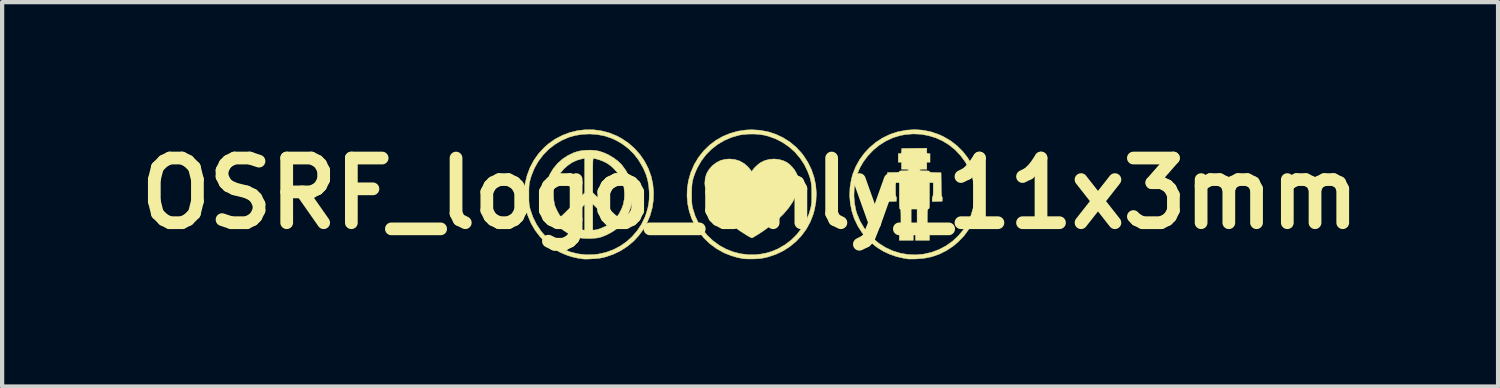
<source format=kicad_pcb>
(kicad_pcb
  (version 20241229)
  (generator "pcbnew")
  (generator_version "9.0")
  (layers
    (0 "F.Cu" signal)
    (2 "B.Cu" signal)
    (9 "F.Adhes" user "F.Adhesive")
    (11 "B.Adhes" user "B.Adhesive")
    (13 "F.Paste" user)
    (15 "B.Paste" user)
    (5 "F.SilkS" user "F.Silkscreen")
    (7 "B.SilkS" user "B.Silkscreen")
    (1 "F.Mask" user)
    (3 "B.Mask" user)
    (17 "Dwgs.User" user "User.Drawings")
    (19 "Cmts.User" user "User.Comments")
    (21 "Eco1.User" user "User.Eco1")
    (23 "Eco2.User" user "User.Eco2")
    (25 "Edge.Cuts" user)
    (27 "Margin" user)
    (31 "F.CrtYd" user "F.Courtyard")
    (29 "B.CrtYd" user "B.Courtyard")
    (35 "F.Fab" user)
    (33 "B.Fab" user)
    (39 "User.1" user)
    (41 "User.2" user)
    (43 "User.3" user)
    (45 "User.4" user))
  (footprint "OSRF_logo_only_11x3mm"
    (layer "F.Cu")
    (at 14.63 1.51)
    (property "Reference" "OSRF_logo_only_11x3mm" (at 0 0 0) (layer "F.SilkS") (effects (font (size 1.524 1.524) (thickness 0.3))))
    (attr through_hole)
    (fp_poly (pts (xy -0.359 -0.801) (xy -0.245 -0.765) (xy -0.141 -0.707) (xy -0.048 -0.626) (xy 0.017 -0.546) (xy 0.033 -0.525) (xy 0.043 -0.524) (xy 0.054 -0.54) (xy 0.081 -0.577) (xy 0.122 -0.622) (xy 0.171 -0.668) (xy 0.219 -0.708) (xy 0.243 -0.725) (xy 0.343 -0.775) (xy 0.454 -0.804) (xy 0.569 -0.813) (xy 0.685 -0.801) (xy 0.795 -0.768) (xy 0.866 -0.733) (xy 0.93 -0.686) (xy 0.994 -0.622) (xy 1.051 -0.55) (xy 1.094 -0.476) (xy 1.095 -0.473) (xy 1.118 -0.42) (xy 1.131 -0.372) (xy 1.138 -0.316) (xy 1.141 -0.279) (xy 1.141 -0.183) (xy 1.129 -0.096) (xy 1.104 -0.009) (xy 1.074 0.066) (xy 1.002 0.204) (xy 0.907 0.343) (xy 0.788 0.482) (xy 0.649 0.619) (xy 0.491 0.753) (xy 0.314 0.882) (xy 0.191 0.963) (xy 0.139 0.994) (xy 0.095 1.021) (xy 0.063 1.04) (xy 0.047 1.048) (xy 0.031 1.044) (xy -0.002 1.028) (xy -0.046 1.004) (xy -0.099 0.972) (xy -0.105 0.968) (xy -0.238 0.882) (xy -0.353 0.801) (xy -0.457 0.72) (xy -0.555 0.635) (xy -0.648 0.546) (xy -0.777 0.408) (xy -0.882 0.274) (xy -0.963 0.143) (xy -1.02 0.014) (xy -1.055 -0.113) (xy -1.067 -0.239) (xy -1.067 -0.244) (xy -1.057 -0.36) (xy -1.027 -0.463) (xy -0.974 -0.557) (xy -0.898 -0.645) (xy -0.887 -0.656) (xy -0.794 -0.728) (xy -0.695 -0.778) (xy -0.585 -0.806) (xy -0.481 -0.813) (xy -0.359 -0.801)) (stroke (width 0.01) (type solid)) (fill yes) (layer "F.SilkS"))
    (fp_poly (pts (xy 4.071 -1.492) (xy 4.26 -1.454) (xy 4.446 -1.391) (xy 4.559 -1.339) (xy 4.725 -1.242) (xy 4.877 -1.125) (xy 5.013 -0.991) (xy 5.13 -0.841) (xy 5.227 -0.678) (xy 5.303 -0.504) (xy 5.306 -0.495) (xy 5.339 -0.394) (xy 5.363 -0.305) (xy 5.379 -0.219) (xy 5.387 -0.129) (xy 5.391 -0.025) (xy 5.391 0.013) (xy 5.389 0.122) (xy 5.384 0.214) (xy 5.373 0.297) (xy 5.355 0.379) (xy 5.33 0.467) (xy 5.32 0.497) (xy 5.25 0.675) (xy 5.157 0.842) (xy 5.043 0.998) (xy 4.91 1.137) (xy 4.79 1.239) (xy 4.627 1.347) (xy 4.459 1.431) (xy 4.284 1.491) (xy 4.1 1.528) (xy 3.918 1.543) (xy 3.852 1.545) (xy 3.794 1.545) (xy 3.75 1.545) (xy 3.724 1.544) (xy 3.721 1.544) (xy 3.7 1.539) (xy 3.661 1.533) (xy 3.613 1.525) (xy 3.607 1.524) (xy 3.452 1.488) (xy 3.294 1.433) (xy 3.141 1.362) (xy 3.009 1.282) (xy 2.938 1.228) (xy 2.859 1.159) (xy 2.779 1.082) (xy 2.706 1.004) (xy 2.645 0.93) (xy 2.642 0.927) (xy 2.54 0.768) (xy 2.458 0.598) (xy 2.399 0.418) (xy 2.362 0.232) (xy 2.348 0.061) (xy 2.449 0.061) (xy 2.463 0.234) (xy 2.496 0.402) (xy 2.52 0.48) (xy 2.591 0.649) (xy 2.685 0.81) (xy 2.8 0.959) (xy 2.892 1.055) (xy 3.036 1.176) (xy 3.193 1.275) (xy 3.361 1.352) (xy 3.537 1.407) (xy 3.719 1.439) (xy 3.905 1.447) (xy 4.093 1.43) (xy 4.101 1.428) (xy 4.282 1.386) (xy 4.456 1.321) (xy 4.62 1.234) (xy 4.772 1.126) (xy 4.908 1) (xy 5.028 0.856) (xy 5.034 0.848) (xy 5.13 0.692) (xy 5.204 0.525) (xy 5.256 0.351) (xy 5.287 0.172) (xy 5.295 -0.009) (xy 5.28 -0.19) (xy 5.243 -0.367) (xy 5.182 -0.537) (xy 5.164 -0.578) (xy 5.072 -0.745) (xy 4.961 -0.895) (xy 4.835 -1.028) (xy 4.694 -1.142) (xy 4.541 -1.237) (xy 4.377 -1.311) (xy 4.205 -1.364) (xy 4.026 -1.396) (xy 3.842 -1.404) (xy 3.655 -1.388) (xy 3.538 -1.366) (xy 3.367 -1.314) (xy 3.204 -1.238) (xy 3.05 -1.142) (xy 2.908 -1.026) (xy 2.78 -0.893) (xy 2.669 -0.745) (xy 2.586 -0.601) (xy 2.524 -0.45) (xy 2.48 -0.286) (xy 2.455 -0.114) (xy 2.449 0.061) (xy 2.348 0.061) (xy 2.347 0.043) (xy 2.356 -0.147) (xy 2.388 -0.336) (xy 2.42 -0.454) (xy 2.49 -0.629) (xy 2.581 -0.794) (xy 2.692 -0.946) (xy 2.821 -1.084) (xy 2.965 -1.205) (xy 3.123 -1.308) (xy 3.292 -1.39) (xy 3.471 -1.451) (xy 3.485 -1.454) (xy 3.683 -1.492) (xy 3.878 -1.505) (xy 4.071 -1.492)) (stroke (width 0.01) (type solid)) (fill yes) (layer "F.SilkS"))
    (fp_poly (pts (xy -3.699 -1.502) (xy -3.513 -1.478) (xy -3.331 -1.432) (xy -3.154 -1.362) (xy -3.031 -1.297) (xy -2.867 -1.187) (xy -2.721 -1.058) (xy -2.594 -0.915) (xy -2.486 -0.757) (xy -2.398 -0.587) (xy -2.333 -0.407) (xy -2.293 -0.228) (xy -2.274 -0.034) (xy -2.279 0.156) (xy -2.307 0.341) (xy -2.357 0.52) (xy -2.427 0.689) (xy -2.517 0.849) (xy -2.626 0.996) (xy -2.751 1.13) (xy -2.893 1.248) (xy -3.05 1.35) (xy -3.22 1.432) (xy -3.403 1.495) (xy -3.499 1.518) (xy -3.549 1.526) (xy -3.614 1.533) (xy -3.688 1.539) (xy -3.765 1.543) (xy -3.837 1.546) (xy -3.898 1.546) (xy -3.943 1.543) (xy -3.95 1.542) (xy -3.978 1.537) (xy -4.022 1.53) (xy -4.07 1.523) (xy -4.184 1.497) (xy -4.307 1.459) (xy -4.429 1.409) (xy -4.499 1.376) (xy -4.666 1.275) (xy -4.818 1.156) (xy -4.952 1.018) (xy -5.069 0.864) (xy -5.166 0.696) (xy -5.242 0.514) (xy -5.278 0.396) (xy -5.299 0.296) (xy -5.313 0.18) (xy -5.32 0.057) (xy -5.32 0.001) (xy -5.213 0.001) (xy -5.213 0.025) (xy -5.213 0.111) (xy -5.212 0.177) (xy -5.209 0.228) (xy -5.204 0.271) (xy -5.197 0.311) (xy -5.187 0.354) (xy -5.178 0.387) (xy -5.116 0.565) (xy -5.032 0.732) (xy -4.928 0.888) (xy -4.805 1.028) (xy -4.666 1.152) (xy -4.576 1.216) (xy -4.41 1.309) (xy -4.236 1.379) (xy -4.055 1.424) (xy -3.869 1.445) (xy -3.678 1.441) (xy -3.578 1.429) (xy -3.397 1.389) (xy -3.225 1.326) (xy -3.063 1.242) (xy -2.914 1.139) (xy -2.779 1.017) (xy -2.66 0.878) (xy -2.559 0.725) (xy -2.478 0.557) (xy -2.446 0.47) (xy -2.412 0.352) (xy -2.389 0.24) (xy -2.378 0.126) (xy -2.377 -0.001) (xy -2.378 -0.043) (xy -2.39 -0.187) (xy -2.413 -0.315) (xy -2.449 -0.439) (xy -2.502 -0.565) (xy -2.527 -0.616) (xy -2.625 -0.784) (xy -2.74 -0.933) (xy -2.873 -1.063) (xy -3.022 -1.175) (xy -3.188 -1.268) (xy -3.269 -1.303) (xy -3.432 -1.357) (xy -3.605 -1.39) (xy -3.783 -1.402) (xy -3.961 -1.394) (xy -4.133 -1.365) (xy -4.271 -1.325) (xy -4.446 -1.249) (xy -4.607 -1.152) (xy -4.753 -1.037) (xy -4.882 -0.903) (xy -4.994 -0.754) (xy -5.086 -0.59) (xy -5.157 -0.413) (xy -5.183 -0.324) (xy -5.194 -0.279) (xy -5.202 -0.238) (xy -5.208 -0.195) (xy -5.211 -0.144) (xy -5.213 -0.081) (xy -5.213 0.001) (xy -5.32 0.001) (xy -5.32 -0.065) (xy -5.312 -0.176) (xy -5.303 -0.235) (xy -5.255 -0.43) (xy -5.185 -0.614) (xy -5.093 -0.786) (xy -4.981 -0.943) (xy -4.849 -1.085) (xy -4.756 -1.167) (xy -4.598 -1.279) (xy -4.429 -1.368) (xy -4.253 -1.435) (xy -4.071 -1.48) (xy -3.886 -1.502) (xy -3.699 -1.502)) (stroke (width 0.01) (type solid)) (fill yes) (layer "F.SilkS"))
    (fp_poly (pts (xy 0.235 -1.49) (xy 0.425 -1.454) (xy 0.607 -1.395) (xy 0.779 -1.314) (xy 0.939 -1.212) (xy 1.086 -1.09) (xy 1.217 -0.948) (xy 1.252 -0.903) (xy 1.361 -0.737) (xy 1.447 -0.562) (xy 1.509 -0.38) (xy 1.548 -0.193) (xy 1.563 -0.001) (xy 1.553 0.192) (xy 1.518 0.386) (xy 1.486 0.499) (xy 1.416 0.676) (xy 1.325 0.841) (xy 1.213 0.994) (xy 1.084 1.131) (xy 0.938 1.251) (xy 0.779 1.354) (xy 0.606 1.436) (xy 0.423 1.497) (xy 0.412 1.499) (xy 0.333 1.518) (xy 0.263 1.53) (xy 0.191 1.538) (xy 0.106 1.542) (xy 0.089 1.543) (xy 0.017 1.544) (xy -0.054 1.543) (xy -0.115 1.541) (xy -0.16 1.537) (xy -0.161 1.537) (xy -0.3 1.509) (xy -0.445 1.466) (xy -0.585 1.412) (xy -0.63 1.391) (xy -0.799 1.295) (xy -0.951 1.182) (xy -1.085 1.053) (xy -1.201 0.91) (xy -1.298 0.756) (xy -1.376 0.592) (xy -1.434 0.42) (xy -1.471 0.242) (xy -1.486 0.06) (xy -1.485 0.013) (xy -1.377 0.013) (xy -1.377 0.102) (xy -1.375 0.171) (xy -1.372 0.225) (xy -1.367 0.271) (xy -1.36 0.313) (xy -1.35 0.357) (xy -1.292 0.537) (xy -1.213 0.704) (xy -1.115 0.858) (xy -1.001 0.996) (xy -0.87 1.118) (xy -0.727 1.223) (xy -0.571 1.309) (xy -0.405 1.375) (xy -0.232 1.42) (xy -0.051 1.443) (xy 0.134 1.443) (xy 0.254 1.429) (xy 0.389 1.403) (xy 0.512 1.366) (xy 0.636 1.315) (xy 0.668 1.299) (xy 0.829 1.206) (xy 0.975 1.094) (xy 1.106 0.963) (xy 1.219 0.816) (xy 1.314 0.656) (xy 1.388 0.484) (xy 1.426 0.357) (xy 1.436 0.313) (xy 1.444 0.271) (xy 1.449 0.225) (xy 1.452 0.17) (xy 1.453 0.101) (xy 1.453 0.013) (xy 1.452 -0.092) (xy 1.448 -0.177) (xy 1.44 -0.25) (xy 1.427 -0.317) (xy 1.408 -0.385) (xy 1.381 -0.459) (xy 1.359 -0.516) (xy 1.279 -0.682) (xy 1.178 -0.835) (xy 1.059 -0.974) (xy 0.923 -1.096) (xy 0.771 -1.201) (xy 0.608 -1.286) (xy 0.433 -1.349) (xy 0.33 -1.375) (xy 0.214 -1.393) (xy 0.084 -1.401) (xy -0.049 -1.399) (xy -0.176 -1.388) (xy -0.254 -1.375) (xy -0.434 -1.324) (xy -0.604 -1.251) (xy -0.763 -1.158) (xy -0.908 -1.045) (xy -1.037 -0.916) (xy -1.148 -0.77) (xy -1.24 -0.611) (xy -1.283 -0.516) (xy -1.315 -0.433) (xy -1.339 -0.362) (xy -1.355 -0.295) (xy -1.367 -0.227) (xy -1.373 -0.15) (xy -1.376 -0.059) (xy -1.377 0.013) (xy -1.485 0.013) (xy -1.48 -0.124) (xy -1.451 -0.308) (xy -1.399 -0.49) (xy -1.322 -0.668) (xy -1.314 -0.685) (xy -1.214 -0.852) (xy -1.095 -1.002) (xy -0.96 -1.135) (xy -0.81 -1.249) (xy -0.647 -1.343) (xy -0.472 -1.416) (xy -0.288 -1.468) (xy -0.097 -1.496) (xy 0.038 -1.502) (xy 0.235 -1.49)) (stroke (width 0.01) (type solid)) (fill yes) (layer "F.SilkS"))
    (fp_poly (pts (xy -3.656 -1.014) (xy -3.568 -0.999) (xy -3.562 -0.998) (xy -3.446 -0.96) (xy -3.328 -0.905) (xy -3.216 -0.838) (xy -3.115 -0.763) (xy -3.032 -0.683) (xy -3.02 -0.669) (xy -2.923 -0.535) (xy -2.85 -0.395) (xy -2.8 -0.248) (xy -2.774 -0.091) (xy -2.769 0.019) (xy -2.781 0.183) (xy -2.817 0.34) (xy -2.875 0.488) (xy -2.955 0.625) (xy -3.056 0.749) (xy -3.152 0.838) (xy -3.221 0.887) (xy -3.305 0.937) (xy -3.396 0.982) (xy -3.484 1.018) (xy -3.537 1.035) (xy -3.605 1.049) (xy -3.69 1.057) (xy -3.782 1.062) (xy -3.874 1.061) (xy -3.955 1.055) (xy -4.007 1.047) (xy -4.162 0.999) (xy -4.305 0.931) (xy -4.435 0.843) (xy -4.549 0.737) (xy -4.589 0.687) (xy -4.324 0.687) (xy -4.293 0.711) (xy -4.237 0.748) (xy -4.169 0.785) (xy -4.095 0.817) (xy -4.023 0.843) (xy -3.96 0.859) (xy -3.927 0.863) (xy -3.899 0.864) (xy -3.708 0.864) (xy -3.68 0.863) (xy -3.652 0.86) (xy -3.61 0.852) (xy -3.581 0.845) (xy -3.528 0.827) (xy -3.466 0.801) (xy -3.401 0.771) (xy -3.344 0.74) (xy -3.303 0.713) (xy -3.302 0.712) (xy -3.27 0.687) (xy -3.489 0.467) (xy -3.708 0.248) (xy -3.708 0.864) (xy -3.899 0.864) (xy -3.899 0.26) (xy -4.324 0.687) (xy -4.589 0.687) (xy -4.646 0.615) (xy -4.725 0.479) (xy -4.784 0.331) (xy -4.821 0.172) (xy -4.826 0.133) (xy -4.832 -0.014) (xy -4.634 -0.014) (xy -4.632 0.083) (xy -4.623 0.177) (xy -4.608 0.258) (xy -4.599 0.292) (xy -4.581 0.336) (xy -4.558 0.387) (xy -4.532 0.438) (xy -4.506 0.484) (xy -4.483 0.521) (xy -4.465 0.542) (xy -4.459 0.546) (xy -4.448 0.537) (xy -4.421 0.513) (xy -4.381 0.474) (xy -4.33 0.424) (xy -4.27 0.364) (xy -4.204 0.298) (xy -4.174 0.266) (xy -3.899 -0.014) (xy -3.899 -0.422) (xy -3.708 -0.422) (xy -3.708 -0.019) (xy -3.426 0.263) (xy -3.356 0.333) (xy -3.293 0.396) (xy -3.237 0.451) (xy -3.191 0.495) (xy -3.158 0.527) (xy -3.14 0.544) (xy -3.137 0.546) (xy -3.127 0.536) (xy -3.109 0.51) (xy -3.087 0.477) (xy -3.027 0.361) (xy -2.986 0.247) (xy -2.965 0.127) (xy -2.959 0.013) (xy -2.971 -0.132) (xy -3.005 -0.268) (xy -3.063 -0.394) (xy -3.145 -0.511) (xy -3.207 -0.579) (xy -3.272 -0.641) (xy -3.333 -0.688) (xy -3.398 -0.727) (xy -3.411 -0.734) (xy -3.472 -0.762) (xy -3.539 -0.788) (xy -3.604 -0.808) (xy -3.66 -0.822) (xy -3.693 -0.825) (xy -3.697 -0.82) (xy -3.701 -0.803) (xy -3.704 -0.771) (xy -3.706 -0.723) (xy -3.707 -0.656) (xy -3.708 -0.569) (xy -3.708 -0.459) (xy -3.708 -0.422) (xy -3.899 -0.422) (xy -3.899 -0.828) (xy -3.947 -0.82) (xy -4.075 -0.785) (xy -4.192 -0.732) (xy -4.303 -0.656) (xy -4.389 -0.579) (xy -4.485 -0.466) (xy -4.559 -0.345) (xy -4.608 -0.218) (xy -4.617 -0.183) (xy -4.63 -0.105) (xy -4.634 -0.014) (xy -4.832 -0.014) (xy -4.833 -0.023) (xy -4.815 -0.175) (xy -4.776 -0.321) (xy -4.715 -0.46) (xy -4.636 -0.589) (xy -4.538 -0.706) (xy -4.425 -0.808) (xy -4.297 -0.893) (xy -4.156 -0.96) (xy -4.057 -0.992) (xy -3.968 -1.01) (xy -3.865 -1.019) (xy -3.758 -1.021) (xy -3.656 -1.014)) (stroke (width 0.01) (type solid)) (fill yes) (layer "F.SilkS"))
    (fp_poly (pts (xy 4.166 -1.004) (xy 4.166 -0.966) (xy 4.172 -0.947) (xy 4.185 -0.941) (xy 4.204 -0.94) (xy 4.242 -0.94) (xy 4.242 -0.737) (xy 4.166 -0.737) (xy 4.166 -0.572) (xy 4.083 -0.572) (xy 4.037 -0.57) (xy 4.011 -0.566) (xy 4.001 -0.557) (xy 4 -0.552) (xy 4.005 -0.543) (xy 4.021 -0.537) (xy 4.054 -0.534) (xy 4.106 -0.533) (xy 4.115 -0.533) (xy 4.171 -0.533) (xy 4.206 -0.53) (xy 4.224 -0.524) (xy 4.229 -0.515) (xy 4.229 -0.515) (xy 4.234 -0.506) (xy 4.251 -0.5) (xy 4.283 -0.496) (xy 4.336 -0.493) (xy 4.366 -0.493) (xy 4.502 -0.489) (xy 4.506 -0.206) (xy 4.507 -0.103) (xy 4.51 -0.022) (xy 4.514 0.035) (xy 4.518 0.068) (xy 4.522 0.076) (xy 4.53 0.088) (xy 4.532 0.117) (xy 4.531 0.13) (xy 4.528 0.184) (xy 4.41 0.188) (xy 4.293 0.191) (xy 4.293 0.134) (xy 4.295 0.1) (xy 4.301 0.079) (xy 4.305 0.076) (xy 4.311 0.064) (xy 4.315 0.029) (xy 4.317 -0.026) (xy 4.318 -0.089) (xy 4.318 -0.254) (xy 4.229 -0.254) (xy 4.229 0.052) (xy 4.229 0.148) (xy 4.229 0.221) (xy 4.228 0.276) (xy 4.226 0.314) (xy 4.223 0.338) (xy 4.219 0.353) (xy 4.213 0.361) (xy 4.205 0.364) (xy 4.204 0.365) (xy 4.195 0.368) (xy 4.189 0.375) (xy 4.185 0.388) (xy 4.182 0.412) (xy 4.18 0.449) (xy 4.179 0.503) (xy 4.178 0.576) (xy 4.178 0.649) (xy 4.178 0.74) (xy 4.179 0.808) (xy 4.18 0.858) (xy 4.182 0.891) (xy 4.185 0.912) (xy 4.19 0.922) (xy 4.196 0.926) (xy 4.204 0.927) (xy 4.217 0.929) (xy 4.225 0.94) (xy 4.228 0.965) (xy 4.229 1.009) (xy 4.229 1.016) (xy 4.229 1.105) (xy 3.899 1.105) (xy 3.899 1.016) (xy 3.9 0.968) (xy 3.904 0.94) (xy 3.912 0.928) (xy 3.918 0.927) (xy 3.924 0.924) (xy 3.929 0.913) (xy 3.932 0.891) (xy 3.935 0.855) (xy 3.936 0.803) (xy 3.937 0.73) (xy 3.937 0.648) (xy 3.937 0.368) (xy 3.797 0.368) (xy 3.797 0.648) (xy 3.797 0.739) (xy 3.798 0.808) (xy 3.799 0.857) (xy 3.801 0.891) (xy 3.804 0.911) (xy 3.809 0.922) (xy 3.815 0.926) (xy 3.823 0.927) (xy 3.836 0.929) (xy 3.844 0.94) (xy 3.847 0.965) (xy 3.848 1.009) (xy 3.848 1.016) (xy 3.848 1.105) (xy 3.518 1.105) (xy 3.518 1.016) (xy 3.519 0.968) (xy 3.523 0.94) (xy 3.531 0.928) (xy 3.537 0.927) (xy 3.543 0.924) (xy 3.548 0.913) (xy 3.551 0.891) (xy 3.554 0.855) (xy 3.555 0.803) (xy 3.556 0.73) (xy 3.556 0.648) (xy 3.556 0.555) (xy 3.555 0.485) (xy 3.554 0.435) (xy 3.551 0.401) (xy 3.548 0.38) (xy 3.543 0.371) (xy 3.537 0.368) (xy 3.531 0.365) (xy 3.526 0.355) (xy 3.523 0.334) (xy 3.521 0.299) (xy 3.519 0.249) (xy 3.518 0.179) (xy 3.518 0.088) (xy 3.518 0.057) (xy 3.518 -0.254) (xy 3.429 -0.254) (xy 3.429 -0.089) (xy 3.43 -0.013) (xy 3.433 0.041) (xy 3.438 0.07) (xy 3.442 0.076) (xy 3.45 0.088) (xy 3.453 0.118) (xy 3.452 0.13) (xy 3.448 0.184) (xy 3.331 0.188) (xy 3.213 0.191) (xy 3.213 0.134) (xy 3.216 0.1) (xy 3.222 0.079) (xy 3.226 0.076) (xy 3.23 0.064) (xy 3.234 0.027) (xy 3.236 -0.032) (xy 3.238 -0.113) (xy 3.239 -0.21) (xy 3.239 -0.495) (xy 3.378 -0.495) (xy 3.441 -0.496) (xy 3.482 -0.498) (xy 3.506 -0.502) (xy 3.516 -0.508) (xy 3.518 -0.514) (xy 3.523 -0.524) (xy 3.539 -0.53) (xy 3.573 -0.533) (xy 3.626 -0.533) (xy 3.68 -0.534) (xy 3.713 -0.537) (xy 3.729 -0.543) (xy 3.734 -0.552) (xy 3.728 -0.563) (xy 3.709 -0.569) (xy 3.67 -0.571) (xy 3.651 -0.572) (xy 3.569 -0.572) (xy 3.569 -0.737) (xy 3.493 -0.737) (xy 3.493 -0.94) (xy 3.53 -0.94) (xy 3.553 -0.942) (xy 3.564 -0.951) (xy 3.569 -0.976) (xy 3.571 -1) (xy 3.575 -1.06) (xy 3.87 -1.064) (xy 4.166 -1.067) (xy 4.166 -1.004)) (stroke (width 0.01) (type solid)) (fill yes) (layer "F.SilkS")))
  (gr_rect
    (start -3 -3)
    (end 32.261 6.06)
    (stroke (width 0.1) (type default))
    (fill no)
    (layer "Edge.Cuts")))
</source>
